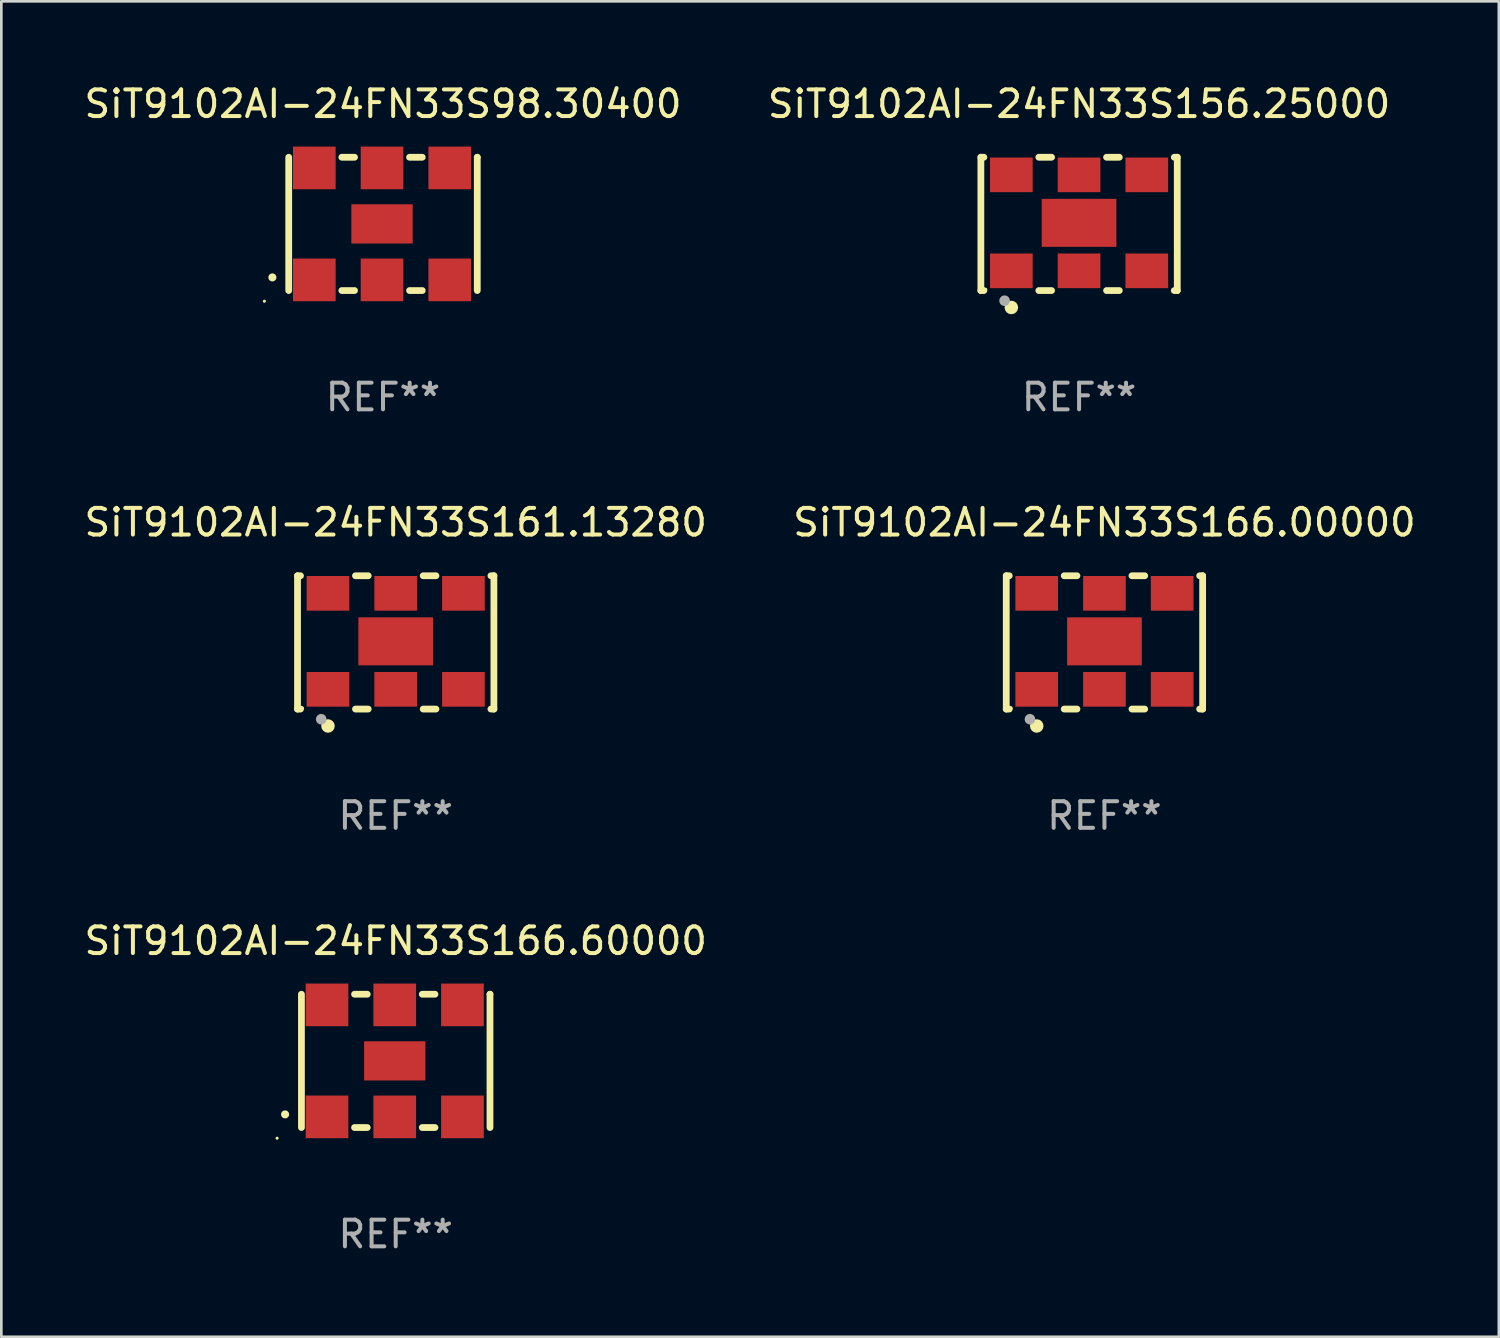
<source format=kicad_pcb>
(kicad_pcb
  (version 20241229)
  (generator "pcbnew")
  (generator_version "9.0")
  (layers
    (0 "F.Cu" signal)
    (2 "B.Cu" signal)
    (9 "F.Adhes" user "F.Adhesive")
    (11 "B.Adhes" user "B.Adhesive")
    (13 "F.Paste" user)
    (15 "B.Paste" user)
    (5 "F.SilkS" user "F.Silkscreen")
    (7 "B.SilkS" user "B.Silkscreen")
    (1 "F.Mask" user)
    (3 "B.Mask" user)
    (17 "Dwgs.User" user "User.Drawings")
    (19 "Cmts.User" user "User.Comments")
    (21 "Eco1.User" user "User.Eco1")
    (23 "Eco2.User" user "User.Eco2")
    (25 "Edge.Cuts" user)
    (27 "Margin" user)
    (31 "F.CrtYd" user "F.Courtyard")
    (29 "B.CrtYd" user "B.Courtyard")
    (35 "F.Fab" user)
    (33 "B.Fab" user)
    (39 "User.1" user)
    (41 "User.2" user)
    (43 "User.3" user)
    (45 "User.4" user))
  (footprint "SiT9102AI-24FN33S98.30400"
    (layer "F.Cu")
    (at 11.315 5.348)
    (property "Reference" "SiT9102AI-24FN33S98.30400" (at 0 -4.5 0) (layer "F.SilkS") (effects (font (size 1 1) (thickness 0.15))))
    (attr through_hole)
    (fp_line (start -3.536 -2.5) (end -3.536 2.5) (stroke (width 0.254) (type solid)) (layer "F.SilkS"))
    (fp_line (start -1.544 2.5) (end -1.067 2.5) (stroke (width 0.254) (type solid)) (layer "F.SilkS"))
    (fp_line (start -1.067 -2.5) (end -1.544 -2.5) (stroke (width 0.254) (type solid)) (layer "F.SilkS"))
    (fp_line (start 0.996 2.5) (end 1.473 2.5) (stroke (width 0.254) (type solid)) (layer "F.SilkS"))
    (fp_line (start 1.473 -2.5) (end 0.996 -2.5) (stroke (width 0.254) (type solid)) (layer "F.SilkS"))
    (fp_line (start 3.536 -2.5) (end 3.536 -2.5) (stroke (width 0.254) (type solid)) (layer "F.SilkS"))
    (fp_line (start 3.536 2.5) (end 3.536 -2.5) (stroke (width 0.254) (type solid)) (layer "F.SilkS"))
    (fp_arc (start -4.150432 2.006604) (mid -4.149162 2.006599) (end -4.147892 2.006604) (stroke (width 0.3) (type solid)) (layer "F.SilkS"))
    (fp_circle (center -4.449 2.9) (end -4.419 2.9) (stroke (width 0.06) (type solid)) (fill no) (layer "F.SilkS"))
    (fp_text user "REF**" (at 0 6.5 0) (layer "F.Fab") (effects (font (size 1 1) (thickness 0.15))))
    (pad "1" smd rect (at -2.576 2.1) (size 1.6 1.6) (layers "F.Cu" "F.Mask" "F.Paste"))
    (pad "2" smd rect (at -0.036 2.1) (size 1.6 1.6) (layers "F.Cu" "F.Mask" "F.Paste"))
    (pad "3" smd rect (at 2.504 2.1) (size 1.6 1.6) (layers "F.Cu" "F.Mask" "F.Paste"))
    (pad "4" smd rect (at 2.504 -2.1) (size 1.6 1.6) (layers "F.Cu" "F.Mask" "F.Paste"))
    (pad "5" smd rect (at -0.036 -2.1) (size 1.6 1.6) (layers "F.Cu" "F.Mask" "F.Paste"))
    (pad "6" smd rect (at -2.576 -2.1) (size 1.6 1.6) (layers "F.Cu" "F.Mask" "F.Paste"))
    (pad "7" smd rect (at -0.036 0) (size 2.3 1.47) (layers "F.Cu" "F.Mask" "F.Paste")))
  (footprint "SiT9102AI-24FN33S166.00000"
    (layer "F.Cu")
    (at 38.375 21.045)
    (property "Reference" "SiT9102AI-24FN33S166.00000" (at 0 -4.5 0) (layer "F.SilkS") (effects (font (size 1 1) (thickness 0.15))))
    (attr through_hole)
    (fp_line (start -3.683 -2.5) (end -3.571 -2.5) (stroke (width 0.254) (type solid)) (layer "F.SilkS"))
    (fp_line (start -3.683 2.5) (end -3.683 -2.5) (stroke (width 0.254) (type solid)) (layer "F.SilkS"))
    (fp_line (start -3.683 2.5) (end -3.571 2.5) (stroke (width 0.254) (type solid)) (layer "F.SilkS"))
    (fp_line (start -1.509 -2.5) (end -1.031 -2.5) (stroke (width 0.254) (type solid)) (layer "F.SilkS"))
    (fp_line (start -1.509 2.5) (end -1.031 2.5) (stroke (width 0.254) (type solid)) (layer "F.SilkS"))
    (fp_line (start 1.031 -2.5) (end 1.509 -2.5) (stroke (width 0.254) (type solid)) (layer "F.SilkS"))
    (fp_line (start 1.031 2.5) (end 1.509 2.5) (stroke (width 0.254) (type solid)) (layer "F.SilkS"))
    (fp_line (start 3.571 -2.5) (end 3.683 -2.5) (stroke (width 0.254) (type solid)) (layer "F.SilkS"))
    (fp_line (start 3.571 2.5) (end 3.683 2.5) (stroke (width 0.254) (type solid)) (layer "F.SilkS"))
    (fp_line (start 3.683 2.5) (end 3.683 -2.5) (stroke (width 0.254) (type solid)) (layer "F.SilkS"))
    (fp_circle (center -3.5 2.46) (end -3.47 2.46) (stroke (width 0.06) (type solid)) (fill no) (layer "F.SilkS"))
    (fp_circle (center -2.54 3.135) (end -2.413 3.135) (stroke (width 0.254) (type solid)) (fill no) (layer "F.SilkS"))
    (fp_circle (center -2.794 2.881) (end -2.694 2.881) (stroke (width 0.2) (type solid)) (fill no) (layer "F.Fab"))
    (fp_text user "REF**" (at 0 6.5 0) (layer "F.Fab") (effects (font (size 1 1) (thickness 0.15))))
    (pad "1" smd rect (at -2.54 1.76) (size 1.6 1.3) (layers "F.Cu" "F.Mask" "F.Paste"))
    (pad "2" smd rect (at 0 1.76) (size 1.6 1.3) (layers "F.Cu" "F.Mask" "F.Paste"))
    (pad "3" smd rect (at 2.54 1.76) (size 1.6 1.3) (layers "F.Cu" "F.Mask" "F.Paste"))
    (pad "4" smd rect (at 2.54 -1.84) (size 1.6 1.3) (layers "F.Cu" "F.Mask" "F.Paste"))
    (pad "5" smd rect (at 0 -1.84) (size 1.6 1.3) (layers "F.Cu" "F.Mask" "F.Paste"))
    (pad "6" smd rect (at -2.54 -1.84) (size 1.6 1.3) (layers "F.Cu" "F.Mask" "F.Paste"))
    (pad "7" smd rect (at 0 -0.04) (size 2.8 1.8) (layers "F.Cu" "F.Mask" "F.Paste")))
  (footprint "SiT9102AI-24FN33S156.25000"
    (layer "F.Cu")
    (at 37.423 5.348)
    (property "Reference" "SiT9102AI-24FN33S156.25000" (at 0 -4.5 0) (layer "F.SilkS") (effects (font (size 1 1) (thickness 0.15))))
    (attr through_hole)
    (fp_line (start -3.683 -2.5) (end -3.571 -2.5) (stroke (width 0.254) (type solid)) (layer "F.SilkS"))
    (fp_line (start -3.683 2.5) (end -3.683 -2.5) (stroke (width 0.254) (type solid)) (layer "F.SilkS"))
    (fp_line (start -3.683 2.5) (end -3.571 2.5) (stroke (width 0.254) (type solid)) (layer "F.SilkS"))
    (fp_line (start -1.509 -2.5) (end -1.031 -2.5) (stroke (width 0.254) (type solid)) (layer "F.SilkS"))
    (fp_line (start -1.509 2.5) (end -1.031 2.5) (stroke (width 0.254) (type solid)) (layer "F.SilkS"))
    (fp_line (start 1.031 -2.5) (end 1.509 -2.5) (stroke (width 0.254) (type solid)) (layer "F.SilkS"))
    (fp_line (start 1.031 2.5) (end 1.509 2.5) (stroke (width 0.254) (type solid)) (layer "F.SilkS"))
    (fp_line (start 3.571 -2.5) (end 3.683 -2.5) (stroke (width 0.254) (type solid)) (layer "F.SilkS"))
    (fp_line (start 3.571 2.5) (end 3.683 2.5) (stroke (width 0.254) (type solid)) (layer "F.SilkS"))
    (fp_line (start 3.683 2.5) (end 3.683 -2.5) (stroke (width 0.254) (type solid)) (layer "F.SilkS"))
    (fp_circle (center -3.5 2.46) (end -3.47 2.46) (stroke (width 0.06) (type solid)) (fill no) (layer "F.SilkS"))
    (fp_circle (center -2.54 3.135) (end -2.413 3.135) (stroke (width 0.254) (type solid)) (fill no) (layer "F.SilkS"))
    (fp_circle (center -2.794 2.881) (end -2.694 2.881) (stroke (width 0.2) (type solid)) (fill no) (layer "F.Fab"))
    (fp_text user "REF**" (at 0 6.5 0) (layer "F.Fab") (effects (font (size 1 1) (thickness 0.15))))
    (pad "1" smd rect (at -2.54 1.76) (size 1.6 1.3) (layers "F.Cu" "F.Mask" "F.Paste"))
    (pad "2" smd rect (at 0 1.76) (size 1.6 1.3) (layers "F.Cu" "F.Mask" "F.Paste"))
    (pad "3" smd rect (at 2.54 1.76) (size 1.6 1.3) (layers "F.Cu" "F.Mask" "F.Paste"))
    (pad "4" smd rect (at 2.54 -1.84) (size 1.6 1.3) (layers "F.Cu" "F.Mask" "F.Paste"))
    (pad "5" smd rect (at 0 -1.84) (size 1.6 1.3) (layers "F.Cu" "F.Mask" "F.Paste"))
    (pad "6" smd rect (at -2.54 -1.84) (size 1.6 1.3) (layers "F.Cu" "F.Mask" "F.Paste"))
    (pad "7" smd rect (at 0 -0.04) (size 2.8 1.8) (layers "F.Cu" "F.Mask" "F.Paste")))
  (footprint "SiT9102AI-24FN33S161.13280"
    (layer "F.Cu")
    (at 11.792 21.045)
    (property "Reference" "SiT9102AI-24FN33S161.13280" (at 0 -4.5 0) (layer "F.SilkS") (effects (font (size 1 1) (thickness 0.15))))
    (attr through_hole)
    (fp_line (start -3.683 -2.5) (end -3.571 -2.5) (stroke (width 0.254) (type solid)) (layer "F.SilkS"))
    (fp_line (start -3.683 2.5) (end -3.683 -2.5) (stroke (width 0.254) (type solid)) (layer "F.SilkS"))
    (fp_line (start -3.683 2.5) (end -3.571 2.5) (stroke (width 0.254) (type solid)) (layer "F.SilkS"))
    (fp_line (start -1.509 -2.5) (end -1.031 -2.5) (stroke (width 0.254) (type solid)) (layer "F.SilkS"))
    (fp_line (start -1.509 2.5) (end -1.031 2.5) (stroke (width 0.254) (type solid)) (layer "F.SilkS"))
    (fp_line (start 1.031 -2.5) (end 1.509 -2.5) (stroke (width 0.254) (type solid)) (layer "F.SilkS"))
    (fp_line (start 1.031 2.5) (end 1.509 2.5) (stroke (width 0.254) (type solid)) (layer "F.SilkS"))
    (fp_line (start 3.571 -2.5) (end 3.683 -2.5) (stroke (width 0.254) (type solid)) (layer "F.SilkS"))
    (fp_line (start 3.571 2.5) (end 3.683 2.5) (stroke (width 0.254) (type solid)) (layer "F.SilkS"))
    (fp_line (start 3.683 2.5) (end 3.683 -2.5) (stroke (width 0.254) (type solid)) (layer "F.SilkS"))
    (fp_circle (center -3.5 2.46) (end -3.47 2.46) (stroke (width 0.06) (type solid)) (fill no) (layer "F.SilkS"))
    (fp_circle (center -2.54 3.135) (end -2.413 3.135) (stroke (width 0.254) (type solid)) (fill no) (layer "F.SilkS"))
    (fp_circle (center -2.794 2.881) (end -2.694 2.881) (stroke (width 0.2) (type solid)) (fill no) (layer "F.Fab"))
    (fp_text user "REF**" (at 0 6.5 0) (layer "F.Fab") (effects (font (size 1 1) (thickness 0.15))))
    (pad "1" smd rect (at -2.54 1.76) (size 1.6 1.3) (layers "F.Cu" "F.Mask" "F.Paste"))
    (pad "2" smd rect (at 0 1.76) (size 1.6 1.3) (layers "F.Cu" "F.Mask" "F.Paste"))
    (pad "3" smd rect (at 2.54 1.76) (size 1.6 1.3) (layers "F.Cu" "F.Mask" "F.Paste"))
    (pad "4" smd rect (at 2.54 -1.84) (size 1.6 1.3) (layers "F.Cu" "F.Mask" "F.Paste"))
    (pad "5" smd rect (at 0 -1.84) (size 1.6 1.3) (layers "F.Cu" "F.Mask" "F.Paste"))
    (pad "6" smd rect (at -2.54 -1.84) (size 1.6 1.3) (layers "F.Cu" "F.Mask" "F.Paste"))
    (pad "7" smd rect (at 0 -0.04) (size 2.8 1.8) (layers "F.Cu" "F.Mask" "F.Paste")))
  (footprint "SiT9102AI-24FN33S166.60000"
    (layer "F.Cu")
    (at 11.792 36.741)
    (property "Reference" "SiT9102AI-24FN33S166.60000" (at 0 -4.5 0) (layer "F.SilkS") (effects (font (size 1 1) (thickness 0.15))))
    (attr through_hole)
    (fp_line (start -3.536 -2.5) (end -3.536 2.5) (stroke (width 0.254) (type solid)) (layer "F.SilkS"))
    (fp_line (start -1.544 2.5) (end -1.067 2.5) (stroke (width 0.254) (type solid)) (layer "F.SilkS"))
    (fp_line (start -1.067 -2.5) (end -1.544 -2.5) (stroke (width 0.254) (type solid)) (layer "F.SilkS"))
    (fp_line (start 0.996 2.5) (end 1.473 2.5) (stroke (width 0.254) (type solid)) (layer "F.SilkS"))
    (fp_line (start 1.473 -2.5) (end 0.996 -2.5) (stroke (width 0.254) (type solid)) (layer "F.SilkS"))
    (fp_line (start 3.536 -2.5) (end 3.536 -2.5) (stroke (width 0.254) (type solid)) (layer "F.SilkS"))
    (fp_line (start 3.536 2.5) (end 3.536 -2.5) (stroke (width 0.254) (type solid)) (layer "F.SilkS"))
    (fp_arc (start -4.150432 2.006604) (mid -4.149162 2.006599) (end -4.147892 2.006604) (stroke (width 0.3) (type solid)) (layer "F.SilkS"))
    (fp_circle (center -4.449 2.9) (end -4.419 2.9) (stroke (width 0.06) (type solid)) (fill no) (layer "F.SilkS"))
    (fp_text user "REF**" (at 0 6.5 0) (layer "F.Fab") (effects (font (size 1 1) (thickness 0.15))))
    (pad "1" smd rect (at -2.576 2.1) (size 1.6 1.6) (layers "F.Cu" "F.Mask" "F.Paste"))
    (pad "2" smd rect (at -0.036 2.1) (size 1.6 1.6) (layers "F.Cu" "F.Mask" "F.Paste"))
    (pad "3" smd rect (at 2.504 2.1) (size 1.6 1.6) (layers "F.Cu" "F.Mask" "F.Paste"))
    (pad "4" smd rect (at 2.504 -2.1) (size 1.6 1.6) (layers "F.Cu" "F.Mask" "F.Paste"))
    (pad "5" smd rect (at -0.036 -2.1) (size 1.6 1.6) (layers "F.Cu" "F.Mask" "F.Paste"))
    (pad "6" smd rect (at -2.576 -2.1) (size 1.6 1.6) (layers "F.Cu" "F.Mask" "F.Paste"))
    (pad "7" smd rect (at -0.036 0) (size 2.3 1.47) (layers "F.Cu" "F.Mask" "F.Paste")))
  (gr_rect
    (start -3 -3)
    (end 53.167 47.09)
    (stroke (width 0.1) (type default))
    (fill no)
    (layer "Edge.Cuts")))
</source>
